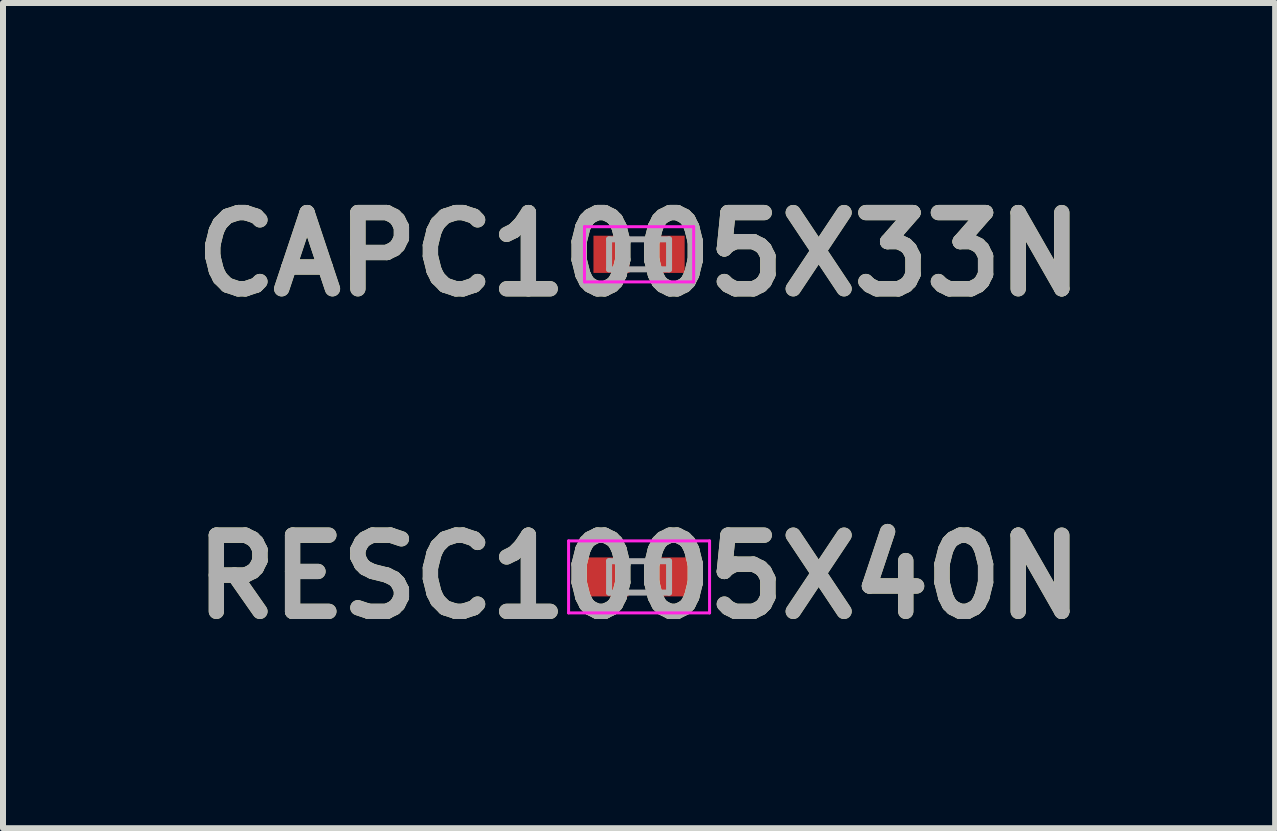
<source format=kicad_pcb>
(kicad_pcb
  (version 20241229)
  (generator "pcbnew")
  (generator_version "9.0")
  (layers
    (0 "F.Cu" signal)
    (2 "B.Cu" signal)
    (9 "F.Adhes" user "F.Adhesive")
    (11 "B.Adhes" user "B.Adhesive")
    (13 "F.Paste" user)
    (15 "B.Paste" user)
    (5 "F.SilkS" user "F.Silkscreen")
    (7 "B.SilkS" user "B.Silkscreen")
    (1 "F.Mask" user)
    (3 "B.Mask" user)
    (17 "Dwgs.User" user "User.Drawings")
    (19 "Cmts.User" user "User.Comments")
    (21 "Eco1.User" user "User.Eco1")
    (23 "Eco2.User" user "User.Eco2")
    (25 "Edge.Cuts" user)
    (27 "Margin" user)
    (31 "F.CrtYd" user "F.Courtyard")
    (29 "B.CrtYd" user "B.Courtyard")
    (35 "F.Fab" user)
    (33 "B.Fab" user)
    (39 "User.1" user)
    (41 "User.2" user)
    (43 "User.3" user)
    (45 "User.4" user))
  (footprint "CAPC1005X33N"
    (layer "F.Cu")
    (at 7.602 1.189)
    (property "Reference" "CAPC1005X33N" (at 0 0 0) (layer "F.SilkS") (effects (font (size 1.27 1.27) (thickness 0.254))))
    (attr smd)
    (fp_line (start -0.91 -0.46) (end 0.91 -0.46) (stroke (width 0.05) (type solid)) (layer "F.CrtYd"))
    (fp_line (start -0.91 0.46) (end -0.91 -0.46) (stroke (width 0.05) (type solid)) (layer "F.CrtYd"))
    (fp_line (start 0.91 -0.46) (end 0.91 0.46) (stroke (width 0.05) (type solid)) (layer "F.CrtYd"))
    (fp_line (start 0.91 0.46) (end -0.91 0.46) (stroke (width 0.05) (type solid)) (layer "F.CrtYd"))
    (fp_line (start -0.5 -0.25) (end 0.5 -0.25) (stroke (width 0.1) (type solid)) (layer "F.Fab"))
    (fp_line (start -0.5 0.25) (end -0.5 -0.25) (stroke (width 0.1) (type solid)) (layer "F.Fab"))
    (fp_line (start 0.5 -0.25) (end 0.5 0.25) (stroke (width 0.1) (type solid)) (layer "F.Fab"))
    (fp_line (start 0.5 0.25) (end -0.5 0.25) (stroke (width 0.1) (type solid)) (layer "F.Fab"))
    (fp_text user "${REFERENCE}" (at 0 0 0) (layer "F.Fab") (effects (font (size 1.27 1.27) (thickness 0.254))))
    (pad "1" smd rect (at -0.46 0) (size 0.6 0.62) (layers "F.Cu" "F.Mask" "F.Paste"))
    (pad "2" smd rect (at 0.46 0) (size 0.6 0.62) (layers "F.Cu" "F.Mask" "F.Paste")))
  (footprint "RESC1005X40N"
    (layer "F.Cu")
    (at 7.602 6.566)
    (property "Reference" "RESC1005X40N" (at 0 0 0) (layer "F.SilkS") (effects (font (size 1.27 1.27) (thickness 0.254))))
    (attr smd)
    (fp_line (start -1.175 -0.6) (end 1.175 -0.6) (stroke (width 0.05) (type solid)) (layer "F.CrtYd"))
    (fp_line (start -1.175 0.6) (end -1.175 -0.6) (stroke (width 0.05) (type solid)) (layer "F.CrtYd"))
    (fp_line (start 1.175 -0.6) (end 1.175 0.6) (stroke (width 0.05) (type solid)) (layer "F.CrtYd"))
    (fp_line (start 1.175 0.6) (end -1.175 0.6) (stroke (width 0.05) (type solid)) (layer "F.CrtYd"))
    (fp_line (start -0.5 -0.262) (end 0.5 -0.262) (stroke (width 0.1) (type solid)) (layer "F.Fab"))
    (fp_line (start -0.5 0.262) (end -0.5 -0.262) (stroke (width 0.1) (type solid)) (layer "F.Fab"))
    (fp_line (start 0.5 -0.262) (end 0.5 0.262) (stroke (width 0.1) (type solid)) (layer "F.Fab"))
    (fp_line (start 0.5 0.262) (end -0.5 0.262) (stroke (width 0.1) (type solid)) (layer "F.Fab"))
    (fp_text user "${REFERENCE}" (at 0 0 0) (layer "F.Fab") (effects (font (size 1.27 1.27) (thickness 0.254))))
    (pad "1" smd rect (at -0.55 0 90) (size 0.65 0.75) (layers "F.Cu" "F.Mask" "F.Paste"))
    (pad "2" smd rect (at 0.55 0 90) (size 0.65 0.75) (layers "F.Cu" "F.Mask" "F.Paste")))
  (gr_rect
    (start -3 -3)
    (end 18.204 10.755)
    (stroke (width 0.1) (type default))
    (fill no)
    (layer "Edge.Cuts")))
</source>
